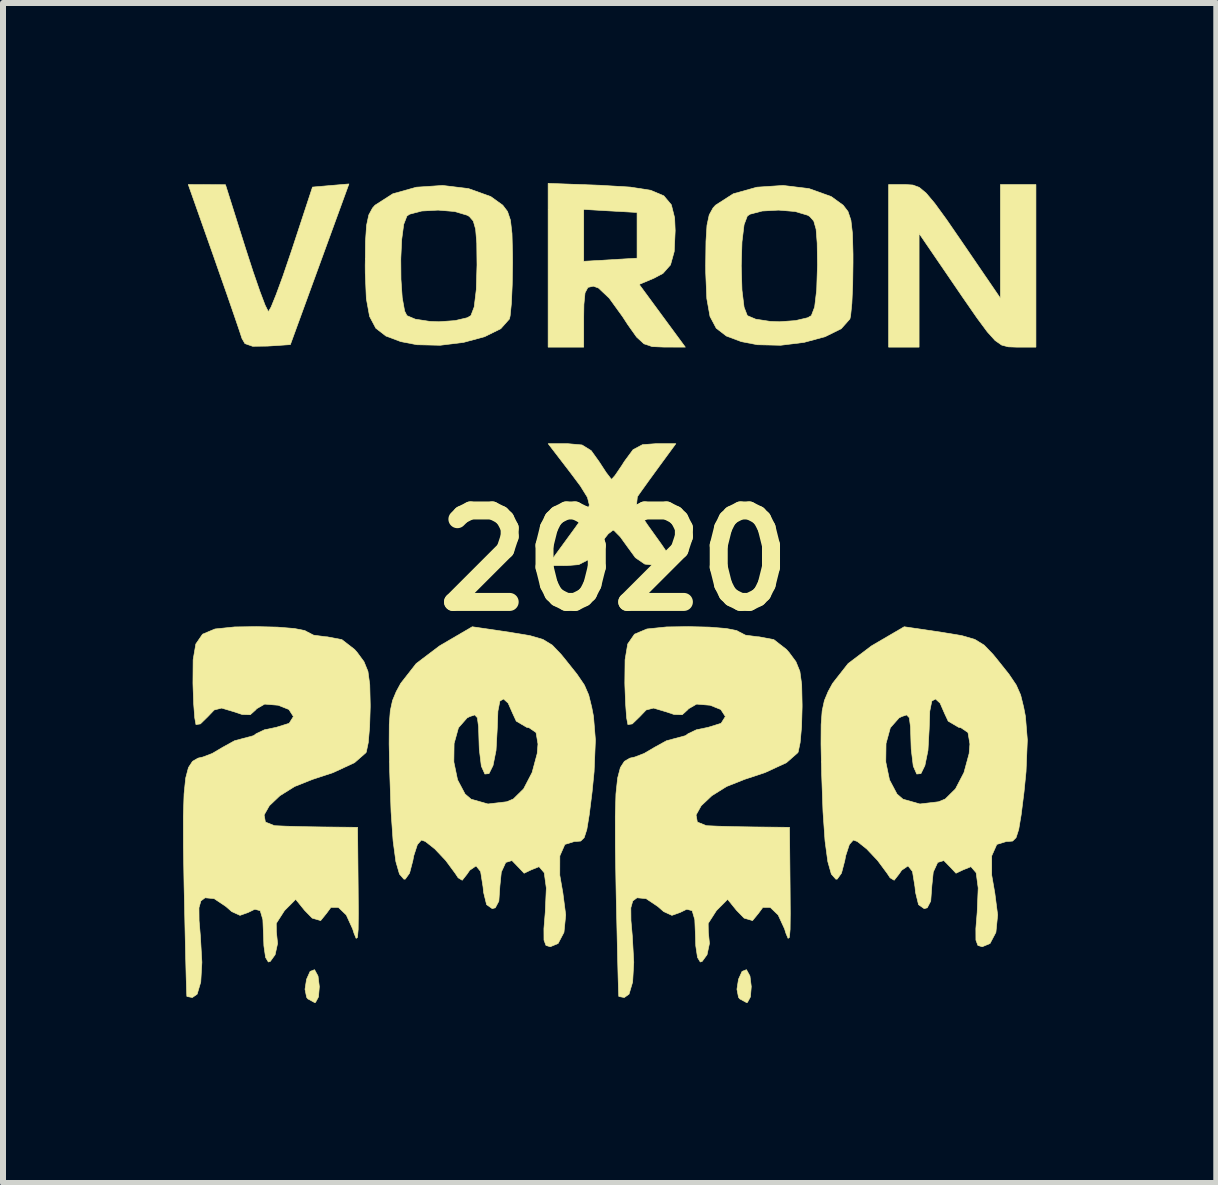
<source format=kicad_pcb>
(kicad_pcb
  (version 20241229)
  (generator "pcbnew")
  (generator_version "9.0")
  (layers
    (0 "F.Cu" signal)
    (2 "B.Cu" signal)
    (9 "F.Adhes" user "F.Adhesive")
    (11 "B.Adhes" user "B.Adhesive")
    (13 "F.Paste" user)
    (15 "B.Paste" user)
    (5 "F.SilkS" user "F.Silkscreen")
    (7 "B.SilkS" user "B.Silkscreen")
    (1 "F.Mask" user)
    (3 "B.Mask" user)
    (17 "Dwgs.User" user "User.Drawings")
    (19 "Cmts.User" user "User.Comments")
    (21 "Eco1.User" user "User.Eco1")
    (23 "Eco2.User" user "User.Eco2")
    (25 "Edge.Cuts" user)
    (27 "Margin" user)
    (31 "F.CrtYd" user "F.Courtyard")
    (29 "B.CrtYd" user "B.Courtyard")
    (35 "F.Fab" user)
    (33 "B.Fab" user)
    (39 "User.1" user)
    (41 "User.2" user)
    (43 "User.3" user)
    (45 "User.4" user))
  (footprint "2020"
    (layer "F.Cu")
    (at 7.184 6.29)
    (property "Reference" "2020" (at 0 0 0) (layer "F.SilkS") (effects (font (size 1.524 1.524) (thickness 0.3))))
    (attr through_hole)
    (fp_poly (pts (xy -4.993 6.817) (xy -4.935 6.923) (xy -4.913 7.099) (xy -4.927 7.27) (xy -4.977 7.363) (xy -4.99 7.366) (xy -5.104 7.304) (xy -5.125 7.277) (xy -5.152 7.143) (xy -5.126 6.977) (xy -5.067 6.846) (xy -4.993 6.817) (xy -4.993 6.817)) (stroke (width 0.01) (type solid)) (fill yes) (layer "F.SilkS"))
    (fp_poly (pts (xy 2.204 6.817) (xy 2.262 6.923) (xy 2.284 7.099) (xy 2.27 7.27) (xy 2.22 7.363) (xy 2.206 7.366) (xy 2.092 7.304) (xy 2.071 7.277) (xy 2.045 7.143) (xy 2.071 6.977) (xy 2.13 6.846) (xy 2.203 6.817) (xy 2.204 6.817)) (stroke (width 0.01) (type solid)) (fill yes) (layer "F.SilkS"))
    (fp_poly (pts (xy 4.977 -6.257) (xy 5.084 -6.217) (xy 5.198 -6.122) (xy 5.341 -5.952) (xy 5.536 -5.684) (xy 5.788 -5.318) (xy 6.435 -4.371) (xy 6.435 -6.265) (xy 7.027 -6.265) (xy 7.027 -3.556) (xy 6.7 -3.556) (xy 6.566 -3.561) (xy 6.456 -3.59) (xy 6.347 -3.666) (xy 6.217 -3.81) (xy 6.043 -4.045) (xy 5.802 -4.393) (xy 5.727 -4.503) (xy 5.08 -5.45) (xy 5.08 -3.556) (xy 4.572 -3.556) (xy 4.572 -6.265) (xy 4.857 -6.265) (xy 4.977 -6.257)) (stroke (width 0.01) (type solid)) (fill yes) (layer "F.SilkS"))
    (fp_poly (pts (xy -5.396 -3.598) (xy -5.778 -3.573) (xy -6.025 -3.57) (xy -6.153 -3.615) (xy -6.202 -3.7) (xy -6.245 -3.831) (xy -6.333 -4.089) (xy -6.455 -4.442) (xy -6.601 -4.858) (xy -6.671 -5.059) (xy -7.097 -6.265) (xy -6.787 -6.264) (xy -6.477 -6.262) (xy -6.144 -5.205) (xy -6.017 -4.813) (xy -5.904 -4.486) (xy -5.817 -4.256) (xy -5.765 -4.152) (xy -5.761 -4.149) (xy -5.717 -4.224) (xy -5.633 -4.431) (xy -5.52 -4.739) (xy -5.391 -5.118) (xy -5.368 -5.186) (xy -5.027 -6.223) (xy -4.724 -6.249) (xy -4.42 -6.275) (xy -5.396 -3.598)) (stroke (width 0.01) (type solid)) (fill yes) (layer "F.SilkS"))
    (fp_poly (pts (xy -0.218 -6.252) (xy 0.266 -6.223) (xy 0.607 -6.17) (xy 0.827 -6.077) (xy 0.952 -5.928) (xy 1.007 -5.71) (xy 1.016 -5.497) (xy 1 -5.149) (xy 0.938 -4.926) (xy 0.812 -4.784) (xy 0.661 -4.704) (xy 0.416 -4.601) (xy 0.8 -4.079) (xy 1.185 -3.556) (xy 0.825 -3.557) (xy 0.633 -3.565) (xy 0.496 -3.611) (xy 0.373 -3.724) (xy 0.222 -3.937) (xy 0.139 -4.065) (xy -0.083 -4.372) (xy -0.262 -4.541) (xy -0.348 -4.572) (xy -0.438 -4.551) (xy -0.486 -4.461) (xy -0.505 -4.266) (xy -0.508 -4.064) (xy -0.508 -3.556) (xy -1.101 -3.556) (xy -1.101 -4.986) (xy -0.508 -4.986) (xy 0.381 -5.038) (xy 0.381 -5.8) (xy -0.064 -5.825) (xy -0.508 -5.851) (xy -0.508 -4.986) (xy -1.101 -4.986) (xy -1.101 -6.285) (xy -0.218 -6.252)) (stroke (width 0.01) (type solid)) (fill yes) (layer "F.SilkS"))
    (fp_poly (pts (xy -0.536 -1.926) (xy -0.384 -1.832) (xy -0.254 -1.651) (xy -0.134 -1.467) (xy -0.054 -1.363) (xy -0.042 -1.355) (xy 0.015 -1.419) (xy 0.125 -1.581) (xy 0.169 -1.651) (xy 0.314 -1.847) (xy 0.471 -1.931) (xy 0.689 -1.947) (xy 1.027 -1.947) (xy 0.746 -1.564) (xy 0.575 -1.329) (xy 0.438 -1.138) (xy 0.386 -1.063) (xy 0.372 -0.929) (xy 0.473 -0.717) (xy 0.555 -0.595) (xy 0.78 -0.281) (xy 0.917 -0.081) (xy 0.973 0.03) (xy 0.955 0.077) (xy 0.868 0.087) (xy 0.731 0.085) (xy 0.509 0.059) (xy 0.353 -0.048) (xy 0.234 -0.211) (xy 0.101 -0.395) (xy -0.000395 -0.498) (xy -0.02 -0.507) (xy -0.101 -0.443) (xy -0.228 -0.282) (xy -0.274 -0.213) (xy -0.427 -0.016) (xy -0.591 0.068) (xy -0.788 0.084) (xy -1.111 0.085) (xy -0.831 -0.299) (xy -0.655 -0.54) (xy -0.509 -0.745) (xy -0.451 -0.828) (xy -0.414 -0.926) (xy -0.446 -1.053) (xy -0.563 -1.242) (xy -0.726 -1.46) (xy -1.1 -1.947) (xy -0.769 -1.947) (xy -0.536 -1.926)) (stroke (width 0.01) (type solid)) (fill yes) (layer "F.SilkS"))
    (fp_poly (pts (xy 3.245 -6.198) (xy 3.616 -6.065) (xy 3.815 -5.921) (xy 3.895 -5.817) (xy 3.944 -5.672) (xy 3.97 -5.448) (xy 3.979 -5.106) (xy 3.979 -4.96) (xy 3.974 -4.596) (xy 3.96 -4.286) (xy 3.939 -4.078) (xy 3.927 -4.025) (xy 3.783 -3.863) (xy 3.514 -3.73) (xy 3.163 -3.635) (xy 2.773 -3.587) (xy 2.387 -3.596) (xy 2.117 -3.648) (xy 1.869 -3.741) (xy 1.7 -3.871) (xy 1.596 -4.068) (xy 1.543 -4.365) (xy 1.525 -4.791) (xy 1.524 -4.911) (xy 2.117 -4.911) (xy 2.129 -4.506) (xy 2.164 -4.221) (xy 2.218 -4.081) (xy 2.357 -4.022) (xy 2.598 -3.985) (xy 2.752 -3.979) (xy 3.02 -3.998) (xy 3.224 -4.046) (xy 3.285 -4.081) (xy 3.34 -4.225) (xy 3.374 -4.514) (xy 3.387 -4.925) (xy 3.382 -5.289) (xy 3.364 -5.521) (xy 3.325 -5.657) (xy 3.257 -5.734) (xy 3.223 -5.754) (xy 3.014 -5.816) (xy 2.739 -5.839) (xy 2.466 -5.824) (xy 2.263 -5.771) (xy 2.218 -5.74) (xy 2.164 -5.597) (xy 2.129 -5.309) (xy 2.117 -4.911) (xy 1.524 -4.911) (xy 1.524 -4.92) (xy 1.529 -5.319) (xy 1.546 -5.587) (xy 1.583 -5.759) (xy 1.646 -5.874) (xy 1.688 -5.921) (xy 1.984 -6.111) (xy 2.377 -6.221) (xy 2.815 -6.25) (xy 3.245 -6.198)) (stroke (width 0.01) (type solid)) (fill yes) (layer "F.SilkS"))
    (fp_poly (pts (xy -2.428 -6.198) (xy -2.057 -6.065) (xy -1.857 -5.921) (xy -1.778 -5.817) (xy -1.729 -5.672) (xy -1.703 -5.448) (xy -1.694 -5.106) (xy -1.693 -4.96) (xy -1.699 -4.596) (xy -1.713 -4.286) (xy -1.734 -4.078) (xy -1.746 -4.025) (xy -1.89 -3.863) (xy -2.159 -3.73) (xy -2.51 -3.635) (xy -2.9 -3.587) (xy -3.286 -3.596) (xy -3.556 -3.648) (xy -3.804 -3.741) (xy -3.972 -3.871) (xy -4.076 -4.068) (xy -4.13 -4.365) (xy -4.148 -4.791) (xy -4.149 -4.92) (xy -4.147 -5.025) (xy -3.556 -5.025) (xy -3.553 -4.685) (xy -3.532 -4.379) (xy -3.492 -4.157) (xy -3.454 -4.081) (xy -3.315 -4.022) (xy -3.074 -3.985) (xy -2.921 -3.979) (xy -2.652 -3.998) (xy -2.448 -4.046) (xy -2.388 -4.081) (xy -2.333 -4.225) (xy -2.298 -4.514) (xy -2.286 -4.925) (xy -2.29 -5.289) (xy -2.309 -5.521) (xy -2.348 -5.657) (xy -2.415 -5.734) (xy -2.45 -5.754) (xy -2.659 -5.816) (xy -2.934 -5.839) (xy -3.207 -5.824) (xy -3.409 -5.771) (xy -3.454 -5.74) (xy -3.507 -5.603) (xy -3.541 -5.348) (xy -3.556 -5.025) (xy -4.147 -5.025) (xy -4.144 -5.319) (xy -4.126 -5.587) (xy -4.089 -5.759) (xy -4.027 -5.874) (xy -3.985 -5.921) (xy -3.689 -6.111) (xy -3.296 -6.221) (xy -2.858 -6.25) (xy -2.428 -6.198)) (stroke (width 0.01) (type solid)) (fill yes) (layer "F.SilkS"))
    (fp_poly (pts (xy -1.735 1.196) (xy -1.404 1.251) (xy -1.188 1.314) (xy -1.032 1.409) (xy -0.885 1.563) (xy -0.822 1.64) (xy -0.62 1.893) (xy -0.497 2.074) (xy -0.425 2.239) (xy -0.374 2.446) (xy -0.345 2.597) (xy -0.313 2.989) (xy -0.335 3.519) (xy -0.368 3.852) (xy -0.416 4.236) (xy -0.456 4.481) (xy -0.5 4.617) (xy -0.558 4.674) (xy -0.639 4.681) (xy -0.656 4.679) (xy -0.822 4.73) (xy -0.906 4.921) (xy -0.907 5.242) (xy -0.855 5.541) (xy -0.808 5.905) (xy -0.837 6.195) (xy -0.935 6.381) (xy -1.065 6.435) (xy -1.137 6.413) (xy -1.17 6.324) (xy -1.171 6.133) (xy -1.149 5.863) (xy -1.131 5.457) (xy -1.166 5.202) (xy -1.252 5.101) (xy -1.384 5.154) (xy -1.501 5.21) (xy -1.59 5.116) (xy -1.703 4.999) (xy -1.807 5.03) (xy -1.881 5.191) (xy -1.905 5.426) (xy -1.922 5.675) (xy -1.981 5.786) (xy -2.032 5.8) (xy -2.126 5.734) (xy -2.177 5.526) (xy -2.185 5.44) (xy -2.226 5.181) (xy -2.301 5.088) (xy -2.407 5.16) (xy -2.454 5.228) (xy -2.532 5.327) (xy -2.6 5.286) (xy -2.649 5.212) (xy -2.806 4.999) (xy -2.987 4.807) (xy -3.146 4.681) (xy -3.212 4.657) (xy -3.279 4.732) (xy -3.34 4.919) (xy -3.355 4.999) (xy -3.41 5.209) (xy -3.481 5.308) (xy -3.504 5.309) (xy -3.578 5.224) (xy -3.638 5.016) (xy -3.684 4.673) (xy -3.718 4.185) (xy -3.74 3.54) (xy -3.741 3.514) (xy -3.744 3.356) (xy -2.672 3.356) (xy -2.61 3.654) (xy -2.485 3.89) (xy -2.385 3.976) (xy -2.103 4.056) (xy -1.791 4.019) (xy -1.681 3.973) (xy -1.51 3.805) (xy -1.368 3.532) (xy -1.283 3.216) (xy -1.27 3.057) (xy -1.302 2.866) (xy -1.418 2.786) (xy -1.457 2.779) (xy -1.632 2.676) (xy -1.692 2.546) (xy -1.767 2.376) (xy -1.844 2.306) (xy -1.905 2.342) (xy -1.938 2.511) (xy -1.949 2.808) (xy -1.969 3.164) (xy -2.019 3.415) (xy -2.086 3.55) (xy -2.155 3.557) (xy -2.214 3.425) (xy -2.248 3.143) (xy -2.251 3.063) (xy -2.26 2.772) (xy -2.28 2.619) (xy -2.324 2.572) (xy -2.408 2.6) (xy -2.452 2.623) (xy -2.595 2.786) (xy -2.668 3.049) (xy -2.672 3.356) (xy -3.744 3.356) (xy -3.75 3.057) (xy -3.748 2.733) (xy -3.731 2.504) (xy -3.694 2.333) (xy -3.632 2.184) (xy -3.557 2.046) (xy -3.299 1.716) (xy -2.913 1.424) (xy -2.856 1.39) (xy -2.365 1.103) (xy -1.735 1.196)) (stroke (width 0.01) (type solid)) (fill yes) (layer "F.SilkS"))
    (fp_poly (pts (xy 5.462 1.196) (xy 5.793 1.251) (xy 6.009 1.314) (xy 6.164 1.409) (xy 6.312 1.563) (xy 6.375 1.64) (xy 6.577 1.893) (xy 6.699 2.074) (xy 6.772 2.239) (xy 6.823 2.446) (xy 6.852 2.597) (xy 6.884 2.989) (xy 6.862 3.519) (xy 6.829 3.852) (xy 6.781 4.236) (xy 6.74 4.481) (xy 6.696 4.617) (xy 6.639 4.674) (xy 6.558 4.681) (xy 6.541 4.679) (xy 6.375 4.73) (xy 6.29 4.921) (xy 6.29 5.242) (xy 6.342 5.541) (xy 6.389 5.905) (xy 6.36 6.195) (xy 6.262 6.381) (xy 6.132 6.435) (xy 6.06 6.413) (xy 6.027 6.324) (xy 6.026 6.133) (xy 6.048 5.863) (xy 6.065 5.457) (xy 6.031 5.202) (xy 5.944 5.101) (xy 5.813 5.154) (xy 5.695 5.21) (xy 5.607 5.116) (xy 5.493 4.999) (xy 5.39 5.03) (xy 5.316 5.191) (xy 5.292 5.426) (xy 5.274 5.675) (xy 5.216 5.786) (xy 5.165 5.8) (xy 5.071 5.734) (xy 5.02 5.526) (xy 5.012 5.44) (xy 4.97 5.181) (xy 4.896 5.088) (xy 4.79 5.16) (xy 4.743 5.228) (xy 4.665 5.327) (xy 4.597 5.286) (xy 4.548 5.212) (xy 4.39 4.999) (xy 4.209 4.807) (xy 4.051 4.681) (xy 3.984 4.657) (xy 3.918 4.732) (xy 3.857 4.919) (xy 3.842 4.999) (xy 3.787 5.209) (xy 3.716 5.308) (xy 3.693 5.309) (xy 3.618 5.224) (xy 3.559 5.016) (xy 3.513 4.673) (xy 3.479 4.185) (xy 3.456 3.54) (xy 3.456 3.514) (xy 3.452 3.356) (xy 4.525 3.356) (xy 4.587 3.654) (xy 4.712 3.89) (xy 4.811 3.976) (xy 5.094 4.056) (xy 5.406 4.019) (xy 5.516 3.973) (xy 5.686 3.805) (xy 5.828 3.532) (xy 5.914 3.216) (xy 5.927 3.057) (xy 5.895 2.866) (xy 5.778 2.786) (xy 5.74 2.779) (xy 5.565 2.676) (xy 5.504 2.546) (xy 5.43 2.376) (xy 5.353 2.306) (xy 5.292 2.342) (xy 5.258 2.511) (xy 5.248 2.808) (xy 5.228 3.164) (xy 5.177 3.415) (xy 5.111 3.55) (xy 5.041 3.557) (xy 4.983 3.425) (xy 4.949 3.143) (xy 4.946 3.063) (xy 4.937 2.772) (xy 4.917 2.619) (xy 4.872 2.572) (xy 4.789 2.6) (xy 4.745 2.623) (xy 4.601 2.786) (xy 4.529 3.049) (xy 4.525 3.356) (xy 3.452 3.356) (xy 3.446 3.057) (xy 3.448 2.733) (xy 3.465 2.504) (xy 3.502 2.333) (xy 3.564 2.184) (xy 3.639 2.046) (xy 3.898 1.716) (xy 4.284 1.424) (xy 4.341 1.39) (xy 4.832 1.103) (xy 5.462 1.196)) (stroke (width 0.01) (type solid)) (fill yes) (layer "F.SilkS"))
    (fp_poly (pts (xy -5.612 1.109) (xy -5.33 1.132) (xy -5.156 1.166) (xy -5.122 1.185) (xy -5.009 1.243) (xy -4.805 1.27) (xy -4.786 1.27) (xy -4.538 1.317) (xy -4.326 1.481) (xy -4.283 1.53) (xy -4.169 1.685) (xy -4.103 1.847) (xy -4.073 2.067) (xy -4.065 2.399) (xy -4.065 2.441) (xy -4.075 2.767) (xy -4.098 3.034) (xy -4.131 3.191) (xy -4.137 3.202) (xy -4.327 3.368) (xy -4.683 3.533) (xy -5.028 3.647) (xy -5.325 3.765) (xy -5.571 3.919) (xy -5.746 4.085) (xy -5.833 4.239) (xy -5.812 4.357) (xy -5.663 4.417) (xy -5.652 4.418) (xy -5.471 4.426) (xy -5.185 4.434) (xy -4.868 4.439) (xy -4.276 4.445) (xy -4.266 5.461) (xy -4.263 5.88) (xy -4.266 6.147) (xy -4.278 6.28) (xy -4.3 6.295) (xy -4.335 6.21) (xy -4.358 6.138) (xy -4.464 5.906) (xy -4.595 5.78) (xy -4.72 5.779) (xy -4.793 5.878) (xy -4.891 5.999) (xy -5.032 5.958) (xy -5.159 5.828) (xy -5.307 5.645) (xy -5.494 5.833) (xy -5.631 6.046) (xy -5.629 6.185) (xy -5.609 6.38) (xy -5.65 6.568) (xy -5.731 6.68) (xy -5.763 6.689) (xy -5.809 6.613) (xy -5.837 6.419) (xy -5.842 6.279) (xy -5.854 5.984) (xy -5.898 5.834) (xy -5.988 5.81) (xy -6.102 5.865) (xy -6.235 5.912) (xy -6.373 5.849) (xy -6.469 5.765) (xy -6.666 5.633) (xy -6.817 5.619) (xy -6.887 5.672) (xy -6.919 5.786) (xy -6.917 5.999) (xy -6.895 6.26) (xy -6.87 6.694) (xy -6.889 7.023) (xy -6.949 7.225) (xy -7.029 7.281) (xy -7.117 7.264) (xy -7.121 7.26) (xy -7.125 7.173) (xy -7.132 6.942) (xy -7.141 6.591) (xy -7.151 6.145) (xy -7.162 5.629) (xy -7.167 5.419) (xy -7.178 4.766) (xy -7.179 4.262) (xy -7.167 3.888) (xy -7.14 3.624) (xy -7.094 3.449) (xy -7.026 3.345) (xy -6.934 3.292) (xy -6.855 3.274) (xy -6.697 3.214) (xy -6.521 3.11) (xy -6.327 3.003) (xy -6.179 2.963) (xy -6.01 2.918) (xy -5.965 2.885) (xy -5.828 2.82) (xy -5.631 2.779) (xy -5.416 2.712) (xy -5.345 2.599) (xy -5.42 2.482) (xy -5.598 2.411) (xy -5.824 2.392) (xy -5.959 2.47) (xy -5.97 2.485) (xy -6.064 2.569) (xy -6.199 2.565) (xy -6.344 2.517) (xy -6.541 2.458) (xy -6.665 2.49) (xy -6.775 2.605) (xy -6.895 2.722) (xy -6.969 2.733) (xy -6.969 2.732) (xy -6.989 2.621) (xy -7.007 2.388) (xy -7.018 2.081) (xy -7.019 2.041) (xy -7.016 1.653) (xy -6.971 1.39) (xy -6.859 1.227) (xy -6.652 1.14) (xy -6.324 1.106) (xy -5.961 1.101) (xy -5.612 1.109)) (stroke (width 0.01) (type solid)) (fill yes) (layer "F.SilkS"))
    (fp_poly (pts (xy 1.585 1.109) (xy 1.867 1.132) (xy 2.04 1.166) (xy 2.074 1.185) (xy 2.187 1.243) (xy 2.391 1.27) (xy 2.41 1.27) (xy 2.659 1.317) (xy 2.87 1.481) (xy 2.913 1.53) (xy 3.028 1.685) (xy 3.094 1.847) (xy 3.124 2.067) (xy 3.131 2.399) (xy 3.131 2.441) (xy 3.122 2.767) (xy 3.098 3.034) (xy 3.065 3.191) (xy 3.059 3.202) (xy 2.87 3.368) (xy 2.513 3.533) (xy 2.169 3.647) (xy 1.872 3.765) (xy 1.626 3.919) (xy 1.45 4.085) (xy 1.364 4.239) (xy 1.385 4.357) (xy 1.534 4.417) (xy 1.545 4.418) (xy 1.725 4.426) (xy 2.012 4.434) (xy 2.328 4.439) (xy 2.921 4.445) (xy 2.931 5.461) (xy 2.934 5.88) (xy 2.931 6.147) (xy 2.919 6.28) (xy 2.897 6.295) (xy 2.861 6.21) (xy 2.839 6.138) (xy 2.732 5.906) (xy 2.601 5.78) (xy 2.477 5.779) (xy 2.404 5.878) (xy 2.305 5.999) (xy 2.165 5.958) (xy 2.038 5.828) (xy 1.89 5.645) (xy 1.703 5.833) (xy 1.566 6.046) (xy 1.568 6.185) (xy 1.587 6.38) (xy 1.547 6.568) (xy 1.465 6.68) (xy 1.434 6.689) (xy 1.388 6.613) (xy 1.359 6.419) (xy 1.355 6.279) (xy 1.343 5.984) (xy 1.299 5.834) (xy 1.209 5.81) (xy 1.095 5.865) (xy 0.962 5.912) (xy 0.824 5.849) (xy 0.728 5.765) (xy 0.531 5.633) (xy 0.38 5.619) (xy 0.309 5.672) (xy 0.277 5.786) (xy 0.279 5.999) (xy 0.302 6.26) (xy 0.326 6.694) (xy 0.307 7.023) (xy 0.247 7.225) (xy 0.168 7.281) (xy 0.079 7.264) (xy 0.076 7.26) (xy 0.072 7.173) (xy 0.065 6.942) (xy 0.056 6.591) (xy 0.046 6.145) (xy 0.034 5.629) (xy 0.03 5.419) (xy 0.019 4.766) (xy 0.018 4.262) (xy 0.029 3.888) (xy 0.057 3.624) (xy 0.103 3.449) (xy 0.17 3.345) (xy 0.262 3.292) (xy 0.342 3.274) (xy 0.499 3.214) (xy 0.676 3.11) (xy 0.87 3.003) (xy 1.018 2.963) (xy 1.187 2.918) (xy 1.232 2.885) (xy 1.369 2.82) (xy 1.566 2.779) (xy 1.781 2.712) (xy 1.852 2.599) (xy 1.776 2.482) (xy 1.598 2.411) (xy 1.373 2.392) (xy 1.238 2.47) (xy 1.226 2.485) (xy 1.133 2.569) (xy 0.998 2.565) (xy 0.853 2.517) (xy 0.656 2.458) (xy 0.532 2.49) (xy 0.422 2.605) (xy 0.301 2.722) (xy 0.228 2.733) (xy 0.228 2.732) (xy 0.207 2.621) (xy 0.19 2.388) (xy 0.178 2.081) (xy 0.177 2.041) (xy 0.181 1.653) (xy 0.225 1.39) (xy 0.338 1.227) (xy 0.545 1.14) (xy 0.873 1.106) (xy 1.236 1.101) (xy 1.585 1.109)) (stroke (width 0.01) (type solid)) (fill yes) (layer "F.SilkS")))
  (gr_rect
    (start -3 -3)
    (end 17.216 16.661)
    (stroke (width 0.1) (type default))
    (fill no)
    (layer "Edge.Cuts")))
</source>
